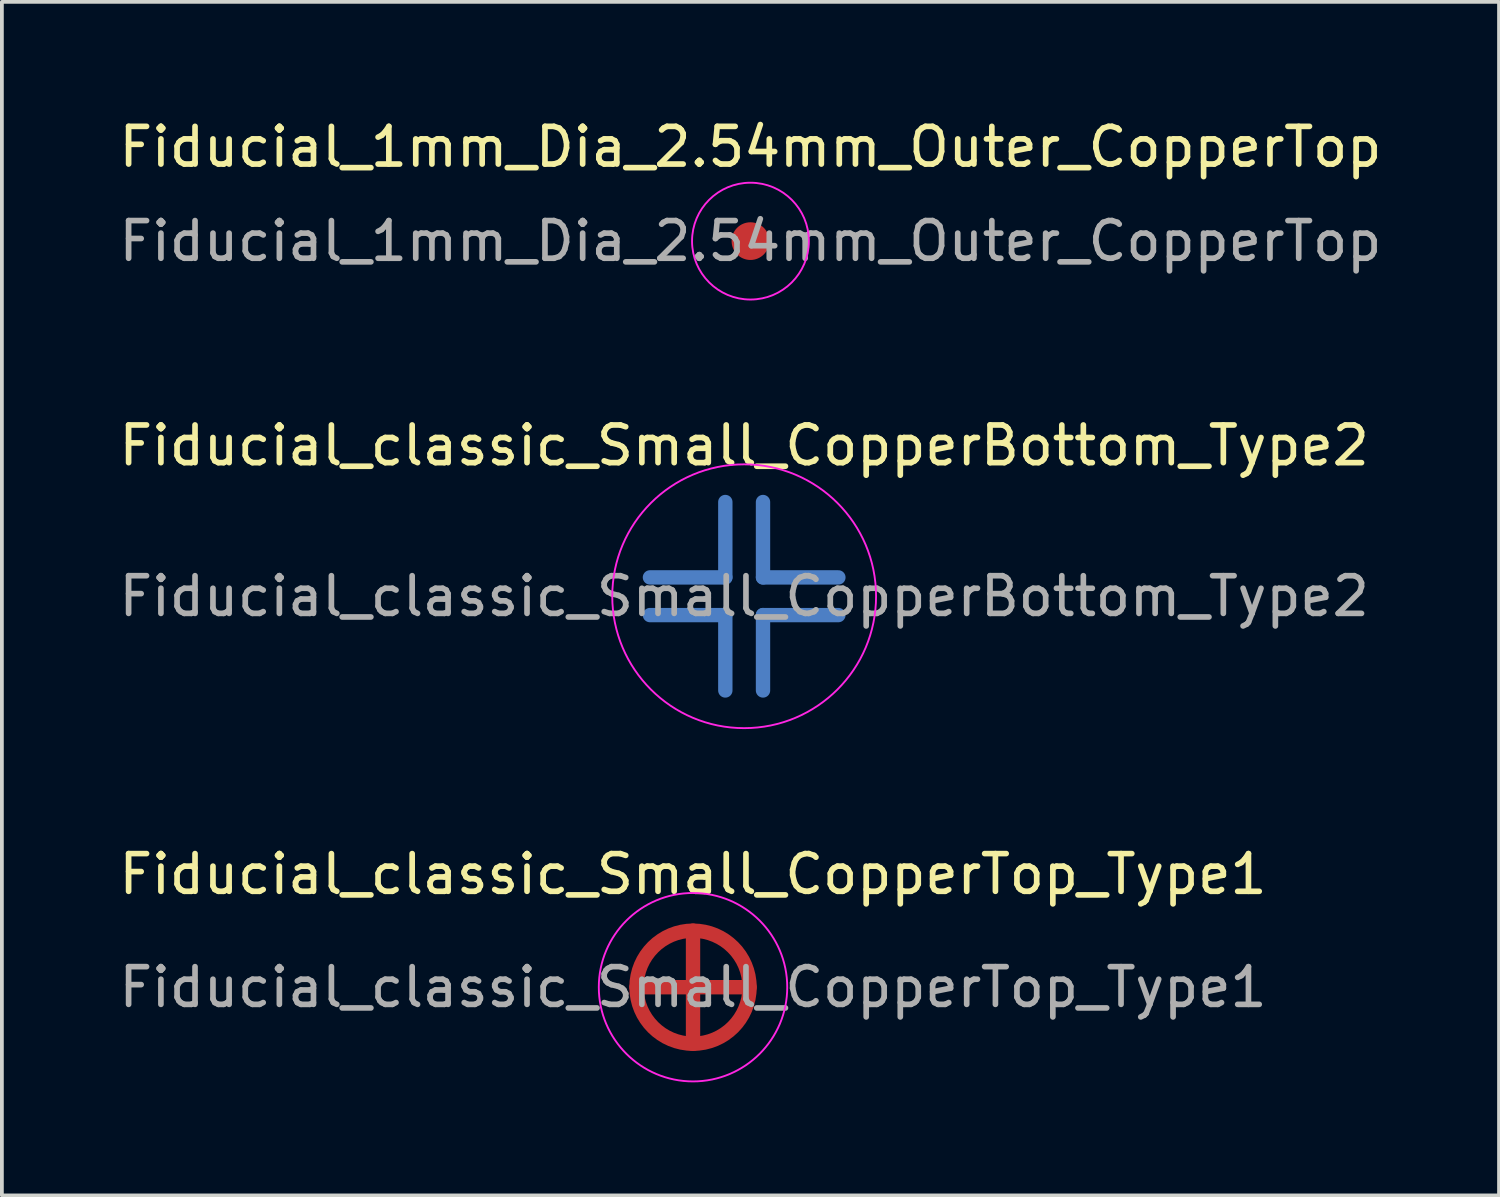
<source format=kicad_pcb>
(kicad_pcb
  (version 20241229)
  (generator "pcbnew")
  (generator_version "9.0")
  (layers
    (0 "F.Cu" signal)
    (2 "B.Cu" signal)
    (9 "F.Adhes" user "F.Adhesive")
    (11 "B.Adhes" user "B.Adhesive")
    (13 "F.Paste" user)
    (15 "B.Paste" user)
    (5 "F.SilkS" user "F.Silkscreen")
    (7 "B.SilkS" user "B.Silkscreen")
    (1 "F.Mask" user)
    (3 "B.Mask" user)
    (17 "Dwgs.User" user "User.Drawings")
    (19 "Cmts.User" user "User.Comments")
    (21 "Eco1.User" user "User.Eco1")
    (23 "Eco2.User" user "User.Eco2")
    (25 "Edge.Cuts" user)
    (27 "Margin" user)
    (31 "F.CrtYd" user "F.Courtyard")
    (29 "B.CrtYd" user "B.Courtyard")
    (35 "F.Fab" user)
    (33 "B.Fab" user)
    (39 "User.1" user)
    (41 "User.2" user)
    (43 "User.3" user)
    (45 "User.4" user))
  (footprint "Fiducial_classic_Small_CopperTop_Type1"
    (layer "F.Cu")
    (at 15.339 23.145)
    (property "Reference" "Fiducial_classic_Small_CopperTop_Type1" (at 0 -3 0) (layer "F.SilkS") (effects (font (size 1 1) (thickness 0.15))))
    (attr smd)
    (fp_line (start -1.5 0) (end 1.5 0) (stroke (width 0.381) (type solid)) (layer "F.Cu"))
    (fp_line (start 0 -1.5) (end 0 1.5) (stroke (width 0.381) (type solid)) (layer "F.Cu"))
    (fp_circle (center 0 0) (end 1.5 0) (stroke (width 0.381) (type solid)) (fill no) (layer "F.Cu"))
    (fp_circle (center 0 0) (end 2.5 0) (stroke (width 0.05) (type solid)) (fill no) (layer "F.CrtYd"))
    (fp_text user "${REFERENCE}" (at 0 0 0) (layer "F.Fab") (effects (font (size 1 1) (thickness 0.15))))
    (pad "" smd circle (at 0 0) (size 4.5 4.5) (layers "F.Mask")))
  (footprint "Fiducial_1mm_Dia_2.54mm_Outer_CopperTop"
    (layer "F.Cu")
    (at 16.863 3.348)
    (property "Reference" "Fiducial_1mm_Dia_2.54mm_Outer_CopperTop" (at 0 -2.5 0) (layer "F.SilkS") (effects (font (size 1 1) (thickness 0.15))))
    (attr smd)
    (fp_circle (center 0 0) (end 1.55 0) (stroke (width 0.05) (type solid)) (fill no) (layer "F.CrtYd"))
    (fp_text user "${REFERENCE}" (at 0 0 0) (layer "F.Fab") (effects (font (size 1 1) (thickness 0.15))))
    (pad "" smd circle (at 0 0) (size 1 1) (layers "F.Cu" "F.Mask")))
  (footprint "Fiducial_classic_Small_CopperBottom_Type2"
    (layer "F.Cu")
    (at 16.696 12.771)
    (property "Reference" "Fiducial_classic_Small_CopperBottom_Type2" (at 0 -4 0) (layer "F.SilkS") (effects (font (size 1 1) (thickness 0.15))))
    (attr smd)
    (fp_line (start -0.5 -0.5) (end -2.5 -0.5) (stroke (width 0.381) (type solid)) (layer "B.Cu"))
    (fp_line (start -0.5 -0.5) (end -0.5 -2.5) (stroke (width 0.381) (type solid)) (layer "B.Cu"))
    (fp_line (start -0.5 0.5) (end -2.5 0.5) (stroke (width 0.381) (type solid)) (layer "B.Cu"))
    (fp_line (start -0.5 0.5) (end -0.5 2.5) (stroke (width 0.381) (type solid)) (layer "B.Cu"))
    (fp_line (start 0.5 -0.5) (end 0.5 -2.5) (stroke (width 0.381) (type solid)) (layer "B.Cu"))
    (fp_line (start 0.5 -0.5) (end 2.5 -0.5) (stroke (width 0.381) (type solid)) (layer "B.Cu"))
    (fp_line (start 0.5 0.5) (end 0.5 2.5) (stroke (width 0.381) (type solid)) (layer "B.Cu"))
    (fp_line (start 0.5 0.5) (end 2.5 0.5) (stroke (width 0.381) (type solid)) (layer "B.Cu"))
    (fp_circle (center 0 0) (end 3.5 0) (stroke (width 0.05) (type solid)) (fill no) (layer "F.CrtYd"))
    (fp_text user "${REFERENCE}" (at 0 0 0) (layer "F.Fab") (effects (font (size 1 1) (thickness 0.15))))
    (pad "" smd circle (at 0 0) (size 6.5 6.5) (layers "B.Mask")))
  (gr_rect
    (start -3 -3)
    (end 36.726 28.67)
    (stroke (width 0.1) (type default))
    (fill no)
    (layer "Edge.Cuts")))
</source>
